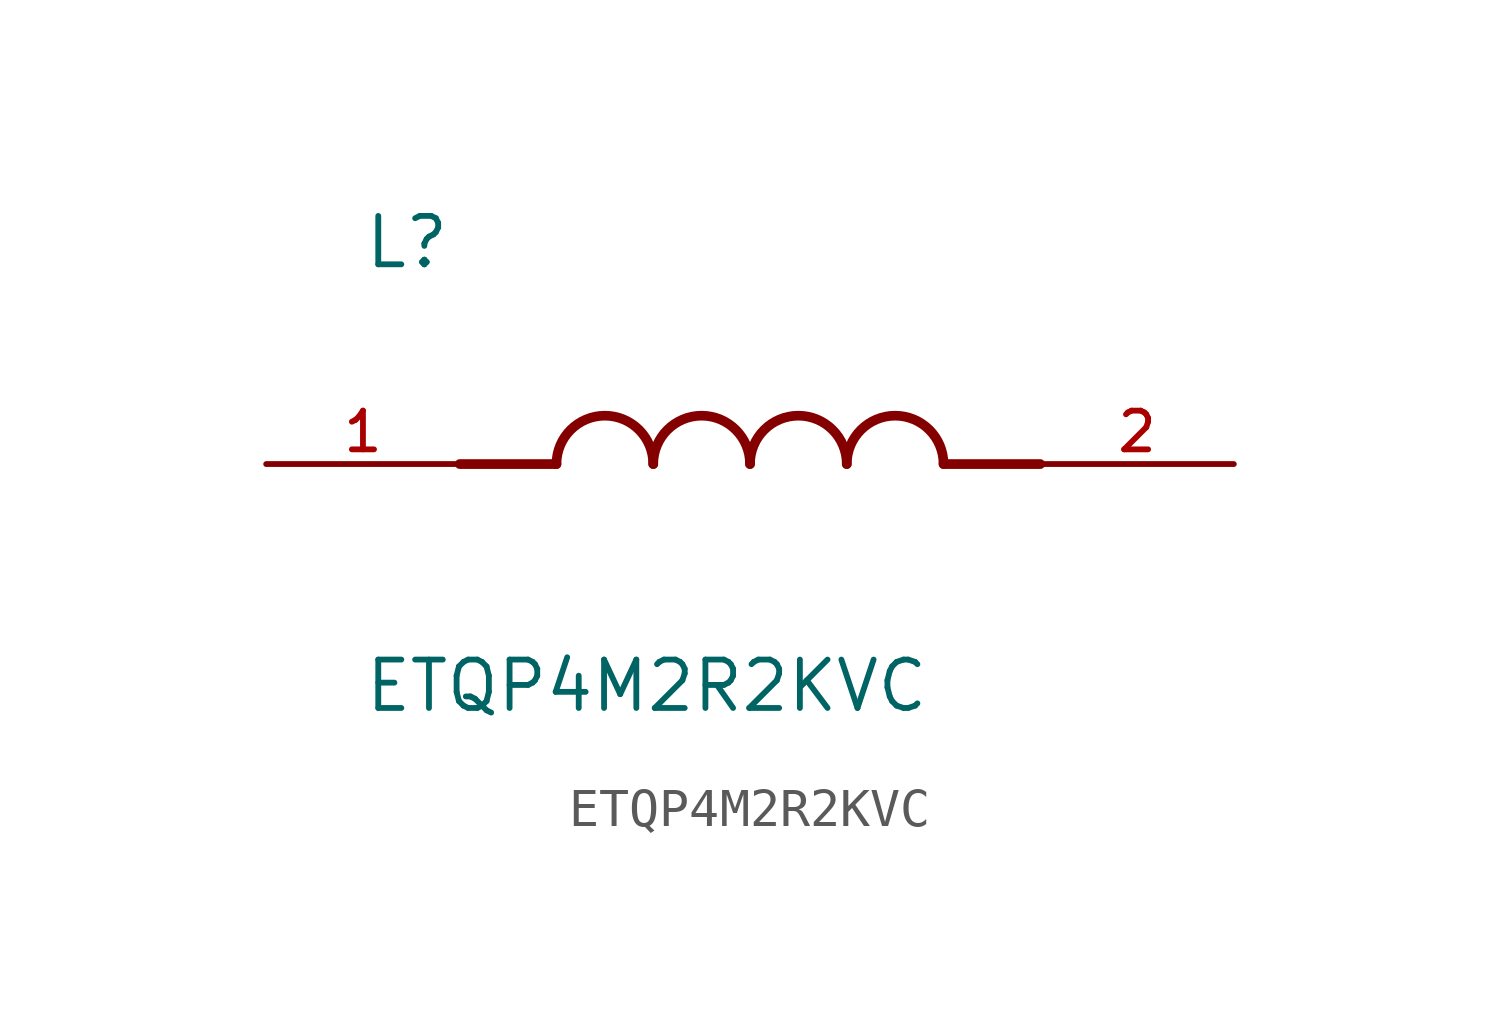
<source format=kicad_sym>
(kicad_symbol_lib
  (version 20211014)
  (generator kicad_symbol_editor)
  (symbol "ETQP4M2R2KVC"
    (pin_names
      (offset 1.016))
    (property "Reference" "L"
      (at -10.16 5.08 0)
      (effects (font (size 1.27 1.27)) (justify bottom left)))
    (property "Value" "ETQP4M2R2KVC"
      (at -10.16 -5.08 0)
      (effects (font (size 1.27 1.27)) (justify top left)))
    (symbol "ETQP4M2R2KVC_0_0"
      (polyline (pts (xy -5.08 0.0) (xy -7.62 0.0)) (stroke (width 0.254)))
      (polyline (pts (xy 5.08 0.0) (xy 7.62 0.0)) (stroke (width 0.254)))
      (arc (start -2.54 0.0) (mid -3.81 1.27) (end -5.08 0.0) (stroke (width 0.254) (type default) (color 0 0 0 0)) (fill (type none)))
      (arc (start 0.0 0.0) (mid -1.27 1.27) (end -2.54 0.0) (stroke (width 0.254) (type default) (color 0 0 0 0)) (fill (type none)))
      (arc (start 2.54 0.0) (mid 1.27 1.27) (end 0.0 0.0) (stroke (width 0.254) (type default) (color 0 0 0 0)) (fill (type none)))
      (arc (start 5.08 0.0) (mid 3.81 1.27) (end 2.54 0.0) (stroke (width 0.254) (type default) (color 0 0 0 0)) (fill (type none)))
      (pin passive line (at -12.7 0.0 0) (length 5.08) (name "~" (effects (font (size 1.016 1.016)))) (number "1" (effects (font (size 1.016 1.016)))))
      (pin passive line (at 12.7 0.0 180.0) (length 5.08) (name "~" (effects (font (size 1.016 1.016)))) (number "2" (effects (font (size 1.016 1.016))))))))
</source>
